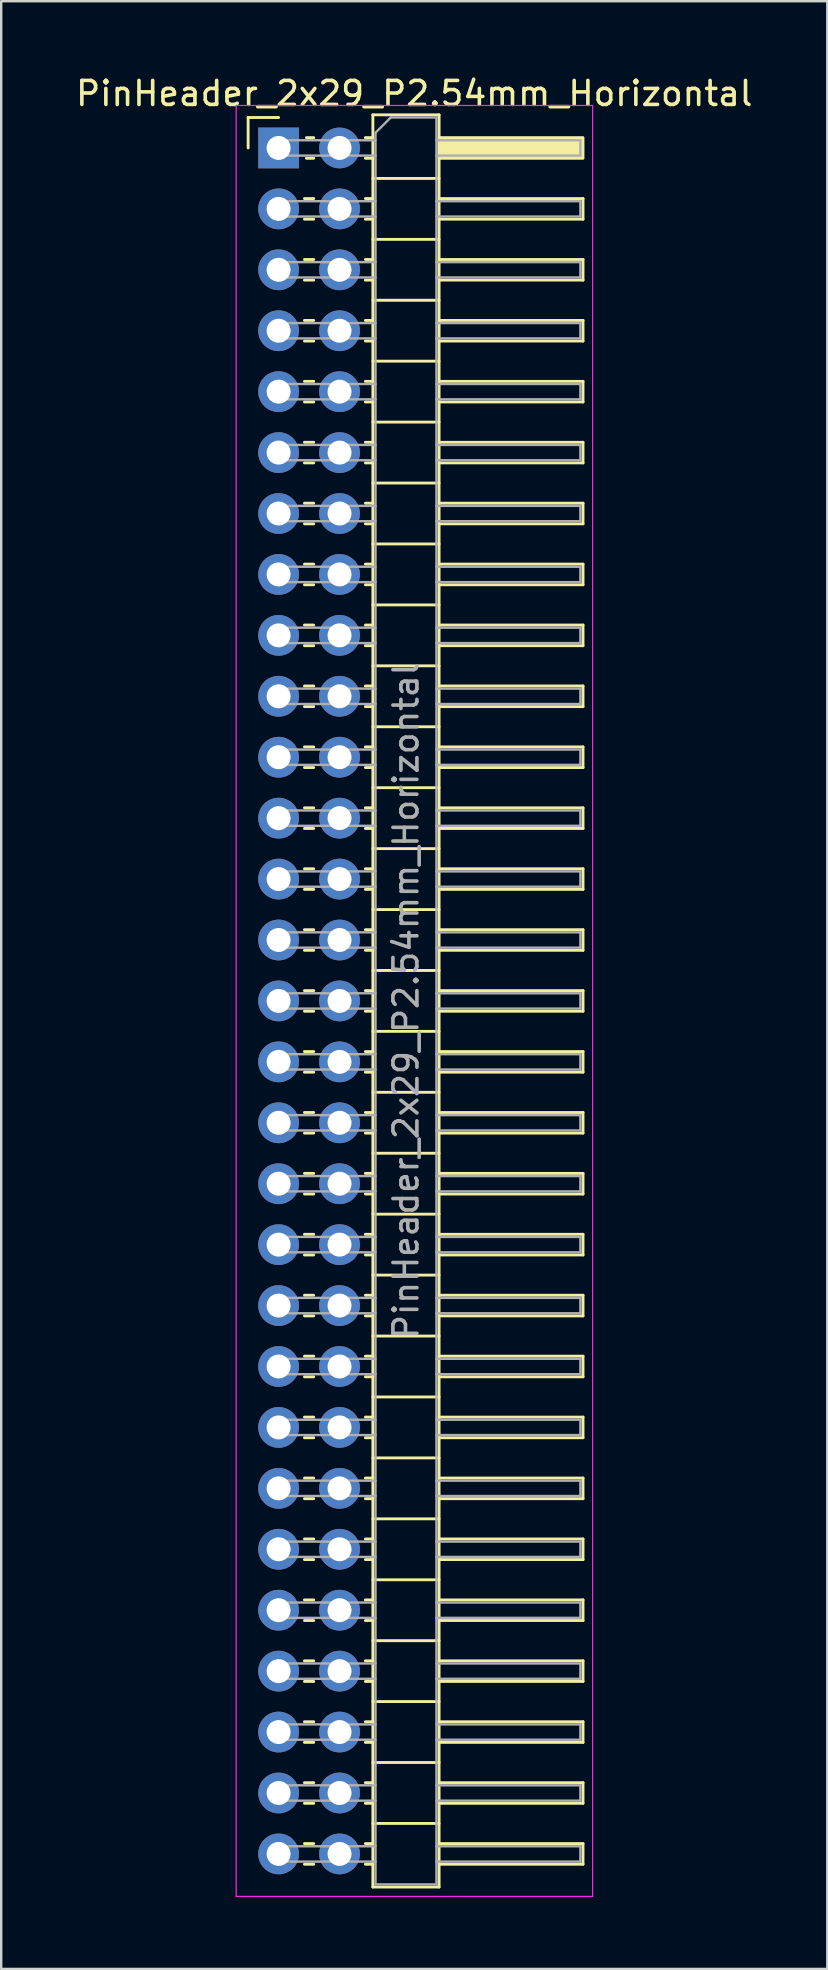
<source format=kicad_pcb>
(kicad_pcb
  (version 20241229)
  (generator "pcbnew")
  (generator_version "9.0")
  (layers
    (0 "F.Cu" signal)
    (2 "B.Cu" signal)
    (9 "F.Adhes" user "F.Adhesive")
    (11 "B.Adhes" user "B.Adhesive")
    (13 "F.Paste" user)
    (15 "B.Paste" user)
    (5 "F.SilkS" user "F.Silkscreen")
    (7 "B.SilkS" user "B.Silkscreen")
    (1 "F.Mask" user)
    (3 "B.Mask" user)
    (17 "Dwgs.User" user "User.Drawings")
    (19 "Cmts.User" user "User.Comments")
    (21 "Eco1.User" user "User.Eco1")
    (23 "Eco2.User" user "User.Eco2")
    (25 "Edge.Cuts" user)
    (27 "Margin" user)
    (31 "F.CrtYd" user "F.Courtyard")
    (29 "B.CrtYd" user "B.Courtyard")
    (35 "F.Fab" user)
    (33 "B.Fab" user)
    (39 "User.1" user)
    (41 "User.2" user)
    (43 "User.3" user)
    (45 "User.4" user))
  (footprint "PinHeader_2x29_P2.54mm_Horizontal"
    (layer "F.Cu")
    (at 8.565 3.118)
    (property "Reference" "PinHeader_2x29_P2.54mm_Horizontal" (at 5.655 -2.27 0) (layer "F.SilkS") (effects (font (size 1 1) (thickness 0.15))))
    (attr through_hole)
    (fp_line (start -1.27 -1.27) (end 0 -1.27) (stroke (width 0.12) (type solid)) (layer "F.SilkS"))
    (fp_line (start -1.27 0) (end -1.27 -1.27) (stroke (width 0.12) (type solid)) (layer "F.SilkS"))
    (fp_line (start 1.077 2.11) (end 1.463 2.11) (stroke (width 0.12) (type solid)) (layer "F.SilkS"))
    (fp_line (start 1.077 2.97) (end 1.463 2.97) (stroke (width 0.12) (type solid)) (layer "F.SilkS"))
    (fp_line (start 1.077 4.65) (end 1.463 4.65) (stroke (width 0.12) (type solid)) (layer "F.SilkS"))
    (fp_line (start 1.077 5.51) (end 1.463 5.51) (stroke (width 0.12) (type solid)) (layer "F.SilkS"))
    (fp_line (start 1.077 7.19) (end 1.463 7.19) (stroke (width 0.12) (type solid)) (layer "F.SilkS"))
    (fp_line (start 1.077 8.05) (end 1.463 8.05) (stroke (width 0.12) (type solid)) (layer "F.SilkS"))
    (fp_line (start 1.077 9.73) (end 1.463 9.73) (stroke (width 0.12) (type solid)) (layer "F.SilkS"))
    (fp_line (start 1.077 10.59) (end 1.463 10.59) (stroke (width 0.12) (type solid)) (layer "F.SilkS"))
    (fp_line (start 1.077 12.27) (end 1.463 12.27) (stroke (width 0.12) (type solid)) (layer "F.SilkS"))
    (fp_line (start 1.077 13.13) (end 1.463 13.13) (stroke (width 0.12) (type solid)) (layer "F.SilkS"))
    (fp_line (start 1.077 14.81) (end 1.463 14.81) (stroke (width 0.12) (type solid)) (layer "F.SilkS"))
    (fp_line (start 1.077 15.67) (end 1.463 15.67) (stroke (width 0.12) (type solid)) (layer "F.SilkS"))
    (fp_line (start 1.077 17.35) (end 1.463 17.35) (stroke (width 0.12) (type solid)) (layer "F.SilkS"))
    (fp_line (start 1.077 18.21) (end 1.463 18.21) (stroke (width 0.12) (type solid)) (layer "F.SilkS"))
    (fp_line (start 1.077 19.89) (end 1.463 19.89) (stroke (width 0.12) (type solid)) (layer "F.SilkS"))
    (fp_line (start 1.077 20.75) (end 1.463 20.75) (stroke (width 0.12) (type solid)) (layer "F.SilkS"))
    (fp_line (start 1.077 22.43) (end 1.463 22.43) (stroke (width 0.12) (type solid)) (layer "F.SilkS"))
    (fp_line (start 1.077 23.29) (end 1.463 23.29) (stroke (width 0.12) (type solid)) (layer "F.SilkS"))
    (fp_line (start 1.077 24.97) (end 1.463 24.97) (stroke (width 0.12) (type solid)) (layer "F.SilkS"))
    (fp_line (start 1.077 25.83) (end 1.463 25.83) (stroke (width 0.12) (type solid)) (layer "F.SilkS"))
    (fp_line (start 1.077 27.51) (end 1.463 27.51) (stroke (width 0.12) (type solid)) (layer "F.SilkS"))
    (fp_line (start 1.077 28.37) (end 1.463 28.37) (stroke (width 0.12) (type solid)) (layer "F.SilkS"))
    (fp_line (start 1.077 30.05) (end 1.463 30.05) (stroke (width 0.12) (type solid)) (layer "F.SilkS"))
    (fp_line (start 1.077 30.91) (end 1.463 30.91) (stroke (width 0.12) (type solid)) (layer "F.SilkS"))
    (fp_line (start 1.077 32.59) (end 1.463 32.59) (stroke (width 0.12) (type solid)) (layer "F.SilkS"))
    (fp_line (start 1.077 33.45) (end 1.463 33.45) (stroke (width 0.12) (type solid)) (layer "F.SilkS"))
    (fp_line (start 1.077 35.13) (end 1.463 35.13) (stroke (width 0.12) (type solid)) (layer "F.SilkS"))
    (fp_line (start 1.077 35.99) (end 1.463 35.99) (stroke (width 0.12) (type solid)) (layer "F.SilkS"))
    (fp_line (start 1.077 37.67) (end 1.463 37.67) (stroke (width 0.12) (type solid)) (layer "F.SilkS"))
    (fp_line (start 1.077 38.53) (end 1.463 38.53) (stroke (width 0.12) (type solid)) (layer "F.SilkS"))
    (fp_line (start 1.077 40.21) (end 1.463 40.21) (stroke (width 0.12) (type solid)) (layer "F.SilkS"))
    (fp_line (start 1.077 41.07) (end 1.463 41.07) (stroke (width 0.12) (type solid)) (layer "F.SilkS"))
    (fp_line (start 1.077 42.75) (end 1.463 42.75) (stroke (width 0.12) (type solid)) (layer "F.SilkS"))
    (fp_line (start 1.077 43.61) (end 1.463 43.61) (stroke (width 0.12) (type solid)) (layer "F.SilkS"))
    (fp_line (start 1.077 45.29) (end 1.463 45.29) (stroke (width 0.12) (type solid)) (layer "F.SilkS"))
    (fp_line (start 1.077 46.15) (end 1.463 46.15) (stroke (width 0.12) (type solid)) (layer "F.SilkS"))
    (fp_line (start 1.077 47.83) (end 1.463 47.83) (stroke (width 0.12) (type solid)) (layer "F.SilkS"))
    (fp_line (start 1.077 48.69) (end 1.463 48.69) (stroke (width 0.12) (type solid)) (layer "F.SilkS"))
    (fp_line (start 1.077 50.37) (end 1.463 50.37) (stroke (width 0.12) (type solid)) (layer "F.SilkS"))
    (fp_line (start 1.077 51.23) (end 1.463 51.23) (stroke (width 0.12) (type solid)) (layer "F.SilkS"))
    (fp_line (start 1.077 52.91) (end 1.463 52.91) (stroke (width 0.12) (type solid)) (layer "F.SilkS"))
    (fp_line (start 1.077 53.77) (end 1.463 53.77) (stroke (width 0.12) (type solid)) (layer "F.SilkS"))
    (fp_line (start 1.077 55.45) (end 1.463 55.45) (stroke (width 0.12) (type solid)) (layer "F.SilkS"))
    (fp_line (start 1.077 56.31) (end 1.463 56.31) (stroke (width 0.12) (type solid)) (layer "F.SilkS"))
    (fp_line (start 1.077 57.99) (end 1.463 57.99) (stroke (width 0.12) (type solid)) (layer "F.SilkS"))
    (fp_line (start 1.077 58.85) (end 1.463 58.85) (stroke (width 0.12) (type solid)) (layer "F.SilkS"))
    (fp_line (start 1.077 60.53) (end 1.463 60.53) (stroke (width 0.12) (type solid)) (layer "F.SilkS"))
    (fp_line (start 1.077 61.39) (end 1.463 61.39) (stroke (width 0.12) (type solid)) (layer "F.SilkS"))
    (fp_line (start 1.077 63.07) (end 1.463 63.07) (stroke (width 0.12) (type solid)) (layer "F.SilkS"))
    (fp_line (start 1.077 63.93) (end 1.463 63.93) (stroke (width 0.12) (type solid)) (layer "F.SilkS"))
    (fp_line (start 1.077 65.61) (end 1.463 65.61) (stroke (width 0.12) (type solid)) (layer "F.SilkS"))
    (fp_line (start 1.077 66.47) (end 1.463 66.47) (stroke (width 0.12) (type solid)) (layer "F.SilkS"))
    (fp_line (start 1.077 68.15) (end 1.463 68.15) (stroke (width 0.12) (type solid)) (layer "F.SilkS"))
    (fp_line (start 1.077 69.01) (end 1.463 69.01) (stroke (width 0.12) (type solid)) (layer "F.SilkS"))
    (fp_line (start 1.077 70.69) (end 1.463 70.69) (stroke (width 0.12) (type solid)) (layer "F.SilkS"))
    (fp_line (start 1.077 71.55) (end 1.463 71.55) (stroke (width 0.12) (type solid)) (layer "F.SilkS"))
    (fp_line (start 1.16 -0.43) (end 1.463 -0.43) (stroke (width 0.12) (type solid)) (layer "F.SilkS"))
    (fp_line (start 1.16 0.43) (end 1.463 0.43) (stroke (width 0.12) (type solid)) (layer "F.SilkS"))
    (fp_line (start 3.617 -0.43) (end 3.93 -0.43) (stroke (width 0.12) (type solid)) (layer "F.SilkS"))
    (fp_line (start 3.617 0.43) (end 3.93 0.43) (stroke (width 0.12) (type solid)) (layer "F.SilkS"))
    (fp_line (start 3.617 2.11) (end 3.93 2.11) (stroke (width 0.12) (type solid)) (layer "F.SilkS"))
    (fp_line (start 3.617 2.97) (end 3.93 2.97) (stroke (width 0.12) (type solid)) (layer "F.SilkS"))
    (fp_line (start 3.617 4.65) (end 3.93 4.65) (stroke (width 0.12) (type solid)) (layer "F.SilkS"))
    (fp_line (start 3.617 5.51) (end 3.93 5.51) (stroke (width 0.12) (type solid)) (layer "F.SilkS"))
    (fp_line (start 3.617 7.19) (end 3.93 7.19) (stroke (width 0.12) (type solid)) (layer "F.SilkS"))
    (fp_line (start 3.617 8.05) (end 3.93 8.05) (stroke (width 0.12) (type solid)) (layer "F.SilkS"))
    (fp_line (start 3.617 9.73) (end 3.93 9.73) (stroke (width 0.12) (type solid)) (layer "F.SilkS"))
    (fp_line (start 3.617 10.59) (end 3.93 10.59) (stroke (width 0.12) (type solid)) (layer "F.SilkS"))
    (fp_line (start 3.617 12.27) (end 3.93 12.27) (stroke (width 0.12) (type solid)) (layer "F.SilkS"))
    (fp_line (start 3.617 13.13) (end 3.93 13.13) (stroke (width 0.12) (type solid)) (layer "F.SilkS"))
    (fp_line (start 3.617 14.81) (end 3.93 14.81) (stroke (width 0.12) (type solid)) (layer "F.SilkS"))
    (fp_line (start 3.617 15.67) (end 3.93 15.67) (stroke (width 0.12) (type solid)) (layer "F.SilkS"))
    (fp_line (start 3.617 17.35) (end 3.93 17.35) (stroke (width 0.12) (type solid)) (layer "F.SilkS"))
    (fp_line (start 3.617 18.21) (end 3.93 18.21) (stroke (width 0.12) (type solid)) (layer "F.SilkS"))
    (fp_line (start 3.617 19.89) (end 3.93 19.89) (stroke (width 0.12) (type solid)) (layer "F.SilkS"))
    (fp_line (start 3.617 20.75) (end 3.93 20.75) (stroke (width 0.12) (type solid)) (layer "F.SilkS"))
    (fp_line (start 3.617 22.43) (end 3.93 22.43) (stroke (width 0.12) (type solid)) (layer "F.SilkS"))
    (fp_line (start 3.617 23.29) (end 3.93 23.29) (stroke (width 0.12) (type solid)) (layer "F.SilkS"))
    (fp_line (start 3.617 24.97) (end 3.93 24.97) (stroke (width 0.12) (type solid)) (layer "F.SilkS"))
    (fp_line (start 3.617 25.83) (end 3.93 25.83) (stroke (width 0.12) (type solid)) (layer "F.SilkS"))
    (fp_line (start 3.617 27.51) (end 3.93 27.51) (stroke (width 0.12) (type solid)) (layer "F.SilkS"))
    (fp_line (start 3.617 28.37) (end 3.93 28.37) (stroke (width 0.12) (type solid)) (layer "F.SilkS"))
    (fp_line (start 3.617 30.05) (end 3.93 30.05) (stroke (width 0.12) (type solid)) (layer "F.SilkS"))
    (fp_line (start 3.617 30.91) (end 3.93 30.91) (stroke (width 0.12) (type solid)) (layer "F.SilkS"))
    (fp_line (start 3.617 32.59) (end 3.93 32.59) (stroke (width 0.12) (type solid)) (layer "F.SilkS"))
    (fp_line (start 3.617 33.45) (end 3.93 33.45) (stroke (width 0.12) (type solid)) (layer "F.SilkS"))
    (fp_line (start 3.617 35.13) (end 3.93 35.13) (stroke (width 0.12) (type solid)) (layer "F.SilkS"))
    (fp_line (start 3.617 35.99) (end 3.93 35.99) (stroke (width 0.12) (type solid)) (layer "F.SilkS"))
    (fp_line (start 3.617 37.67) (end 3.93 37.67) (stroke (width 0.12) (type solid)) (layer "F.SilkS"))
    (fp_line (start 3.617 38.53) (end 3.93 38.53) (stroke (width 0.12) (type solid)) (layer "F.SilkS"))
    (fp_line (start 3.617 40.21) (end 3.93 40.21) (stroke (width 0.12) (type solid)) (layer "F.SilkS"))
    (fp_line (start 3.617 41.07) (end 3.93 41.07) (stroke (width 0.12) (type solid)) (layer "F.SilkS"))
    (fp_line (start 3.617 42.75) (end 3.93 42.75) (stroke (width 0.12) (type solid)) (layer "F.SilkS"))
    (fp_line (start 3.617 43.61) (end 3.93 43.61) (stroke (width 0.12) (type solid)) (layer "F.SilkS"))
    (fp_line (start 3.617 45.29) (end 3.93 45.29) (stroke (width 0.12) (type solid)) (layer "F.SilkS"))
    (fp_line (start 3.617 46.15) (end 3.93 46.15) (stroke (width 0.12) (type solid)) (layer "F.SilkS"))
    (fp_line (start 3.617 47.83) (end 3.93 47.83) (stroke (width 0.12) (type solid)) (layer "F.SilkS"))
    (fp_line (start 3.617 48.69) (end 3.93 48.69) (stroke (width 0.12) (type solid)) (layer "F.SilkS"))
    (fp_line (start 3.617 50.37) (end 3.93 50.37) (stroke (width 0.12) (type solid)) (layer "F.SilkS"))
    (fp_line (start 3.617 51.23) (end 3.93 51.23) (stroke (width 0.12) (type solid)) (layer "F.SilkS"))
    (fp_line (start 3.617 52.91) (end 3.93 52.91) (stroke (width 0.12) (type solid)) (layer "F.SilkS"))
    (fp_line (start 3.617 53.77) (end 3.93 53.77) (stroke (width 0.12) (type solid)) (layer "F.SilkS"))
    (fp_line (start 3.617 55.45) (end 3.93 55.45) (stroke (width 0.12) (type solid)) (layer "F.SilkS"))
    (fp_line (start 3.617 56.31) (end 3.93 56.31) (stroke (width 0.12) (type solid)) (layer "F.SilkS"))
    (fp_line (start 3.617 57.99) (end 3.93 57.99) (stroke (width 0.12) (type solid)) (layer "F.SilkS"))
    (fp_line (start 3.617 58.85) (end 3.93 58.85) (stroke (width 0.12) (type solid)) (layer "F.SilkS"))
    (fp_line (start 3.617 60.53) (end 3.93 60.53) (stroke (width 0.12) (type solid)) (layer "F.SilkS"))
    (fp_line (start 3.617 61.39) (end 3.93 61.39) (stroke (width 0.12) (type solid)) (layer "F.SilkS"))
    (fp_line (start 3.617 63.07) (end 3.93 63.07) (stroke (width 0.12) (type solid)) (layer "F.SilkS"))
    (fp_line (start 3.617 63.93) (end 3.93 63.93) (stroke (width 0.12) (type solid)) (layer "F.SilkS"))
    (fp_line (start 3.617 65.61) (end 3.93 65.61) (stroke (width 0.12) (type solid)) (layer "F.SilkS"))
    (fp_line (start 3.617 66.47) (end 3.93 66.47) (stroke (width 0.12) (type solid)) (layer "F.SilkS"))
    (fp_line (start 3.617 68.15) (end 3.93 68.15) (stroke (width 0.12) (type solid)) (layer "F.SilkS"))
    (fp_line (start 3.617 69.01) (end 3.93 69.01) (stroke (width 0.12) (type solid)) (layer "F.SilkS"))
    (fp_line (start 3.617 70.69) (end 3.93 70.69) (stroke (width 0.12) (type solid)) (layer "F.SilkS"))
    (fp_line (start 3.617 71.55) (end 3.93 71.55) (stroke (width 0.12) (type solid)) (layer "F.SilkS"))
    (fp_line (start 3.93 -1.38) (end 3.93 72.5) (stroke (width 0.12) (type solid)) (layer "F.SilkS"))
    (fp_line (start 3.93 1.27) (end 6.69 1.27) (stroke (width 0.12) (type solid)) (layer "F.SilkS"))
    (fp_line (start 3.93 3.81) (end 6.69 3.81) (stroke (width 0.12) (type solid)) (layer "F.SilkS"))
    (fp_line (start 3.93 6.35) (end 6.69 6.35) (stroke (width 0.12) (type solid)) (layer "F.SilkS"))
    (fp_line (start 3.93 8.89) (end 6.69 8.89) (stroke (width 0.12) (type solid)) (layer "F.SilkS"))
    (fp_line (start 3.93 11.43) (end 6.69 11.43) (stroke (width 0.12) (type solid)) (layer "F.SilkS"))
    (fp_line (start 3.93 13.97) (end 6.69 13.97) (stroke (width 0.12) (type solid)) (layer "F.SilkS"))
    (fp_line (start 3.93 16.51) (end 6.69 16.51) (stroke (width 0.12) (type solid)) (layer "F.SilkS"))
    (fp_line (start 3.93 19.05) (end 6.69 19.05) (stroke (width 0.12) (type solid)) (layer "F.SilkS"))
    (fp_line (start 3.93 21.59) (end 6.69 21.59) (stroke (width 0.12) (type solid)) (layer "F.SilkS"))
    (fp_line (start 3.93 24.13) (end 6.69 24.13) (stroke (width 0.12) (type solid)) (layer "F.SilkS"))
    (fp_line (start 3.93 26.67) (end 6.69 26.67) (stroke (width 0.12) (type solid)) (layer "F.SilkS"))
    (fp_line (start 3.93 29.21) (end 6.69 29.21) (stroke (width 0.12) (type solid)) (layer "F.SilkS"))
    (fp_line (start 3.93 31.75) (end 6.69 31.75) (stroke (width 0.12) (type solid)) (layer "F.SilkS"))
    (fp_line (start 3.93 34.29) (end 6.69 34.29) (stroke (width 0.12) (type solid)) (layer "F.SilkS"))
    (fp_line (start 3.93 36.83) (end 6.69 36.83) (stroke (width 0.12) (type solid)) (layer "F.SilkS"))
    (fp_line (start 3.93 39.37) (end 6.69 39.37) (stroke (width 0.12) (type solid)) (layer "F.SilkS"))
    (fp_line (start 3.93 41.91) (end 6.69 41.91) (stroke (width 0.12) (type solid)) (layer "F.SilkS"))
    (fp_line (start 3.93 44.45) (end 6.69 44.45) (stroke (width 0.12) (type solid)) (layer "F.SilkS"))
    (fp_line (start 3.93 46.99) (end 6.69 46.99) (stroke (width 0.12) (type solid)) (layer "F.SilkS"))
    (fp_line (start 3.93 49.53) (end 6.69 49.53) (stroke (width 0.12) (type solid)) (layer "F.SilkS"))
    (fp_line (start 3.93 52.07) (end 6.69 52.07) (stroke (width 0.12) (type solid)) (layer "F.SilkS"))
    (fp_line (start 3.93 54.61) (end 6.69 54.61) (stroke (width 0.12) (type solid)) (layer "F.SilkS"))
    (fp_line (start 3.93 57.15) (end 6.69 57.15) (stroke (width 0.12) (type solid)) (layer "F.SilkS"))
    (fp_line (start 3.93 59.69) (end 6.69 59.69) (stroke (width 0.12) (type solid)) (layer "F.SilkS"))
    (fp_line (start 3.93 62.23) (end 6.69 62.23) (stroke (width 0.12) (type solid)) (layer "F.SilkS"))
    (fp_line (start 3.93 64.77) (end 6.69 64.77) (stroke (width 0.12) (type solid)) (layer "F.SilkS"))
    (fp_line (start 3.93 67.31) (end 6.69 67.31) (stroke (width 0.12) (type solid)) (layer "F.SilkS"))
    (fp_line (start 3.93 69.85) (end 6.69 69.85) (stroke (width 0.12) (type solid)) (layer "F.SilkS"))
    (fp_line (start 3.93 72.5) (end 6.69 72.5) (stroke (width 0.12) (type solid)) (layer "F.SilkS"))
    (fp_line (start 6.69 -1.38) (end 3.93 -1.38) (stroke (width 0.12) (type solid)) (layer "F.SilkS"))
    (fp_line (start 6.69 2.11) (end 12.69 2.11) (stroke (width 0.12) (type solid)) (layer "F.SilkS"))
    (fp_line (start 6.69 4.65) (end 12.69 4.65) (stroke (width 0.12) (type solid)) (layer "F.SilkS"))
    (fp_line (start 6.69 7.19) (end 12.69 7.19) (stroke (width 0.12) (type solid)) (layer "F.SilkS"))
    (fp_line (start 6.69 9.73) (end 12.69 9.73) (stroke (width 0.12) (type solid)) (layer "F.SilkS"))
    (fp_line (start 6.69 12.27) (end 12.69 12.27) (stroke (width 0.12) (type solid)) (layer "F.SilkS"))
    (fp_line (start 6.69 14.81) (end 12.69 14.81) (stroke (width 0.12) (type solid)) (layer "F.SilkS"))
    (fp_line (start 6.69 17.35) (end 12.69 17.35) (stroke (width 0.12) (type solid)) (layer "F.SilkS"))
    (fp_line (start 6.69 19.89) (end 12.69 19.89) (stroke (width 0.12) (type solid)) (layer "F.SilkS"))
    (fp_line (start 6.69 22.43) (end 12.69 22.43) (stroke (width 0.12) (type solid)) (layer "F.SilkS"))
    (fp_line (start 6.69 24.97) (end 12.69 24.97) (stroke (width 0.12) (type solid)) (layer "F.SilkS"))
    (fp_line (start 6.69 27.51) (end 12.69 27.51) (stroke (width 0.12) (type solid)) (layer "F.SilkS"))
    (fp_line (start 6.69 30.05) (end 12.69 30.05) (stroke (width 0.12) (type solid)) (layer "F.SilkS"))
    (fp_line (start 6.69 32.59) (end 12.69 32.59) (stroke (width 0.12) (type solid)) (layer "F.SilkS"))
    (fp_line (start 6.69 35.13) (end 12.69 35.13) (stroke (width 0.12) (type solid)) (layer "F.SilkS"))
    (fp_line (start 6.69 37.67) (end 12.69 37.67) (stroke (width 0.12) (type solid)) (layer "F.SilkS"))
    (fp_line (start 6.69 40.21) (end 12.69 40.21) (stroke (width 0.12) (type solid)) (layer "F.SilkS"))
    (fp_line (start 6.69 42.75) (end 12.69 42.75) (stroke (width 0.12) (type solid)) (layer "F.SilkS"))
    (fp_line (start 6.69 45.29) (end 12.69 45.29) (stroke (width 0.12) (type solid)) (layer "F.SilkS"))
    (fp_line (start 6.69 47.83) (end 12.69 47.83) (stroke (width 0.12) (type solid)) (layer "F.SilkS"))
    (fp_line (start 6.69 50.37) (end 12.69 50.37) (stroke (width 0.12) (type solid)) (layer "F.SilkS"))
    (fp_line (start 6.69 52.91) (end 12.69 52.91) (stroke (width 0.12) (type solid)) (layer "F.SilkS"))
    (fp_line (start 6.69 55.45) (end 12.69 55.45) (stroke (width 0.12) (type solid)) (layer "F.SilkS"))
    (fp_line (start 6.69 57.99) (end 12.69 57.99) (stroke (width 0.12) (type solid)) (layer "F.SilkS"))
    (fp_line (start 6.69 60.53) (end 12.69 60.53) (stroke (width 0.12) (type solid)) (layer "F.SilkS"))
    (fp_line (start 6.69 63.07) (end 12.69 63.07) (stroke (width 0.12) (type solid)) (layer "F.SilkS"))
    (fp_line (start 6.69 65.61) (end 12.69 65.61) (stroke (width 0.12) (type solid)) (layer "F.SilkS"))
    (fp_line (start 6.69 68.15) (end 12.69 68.15) (stroke (width 0.12) (type solid)) (layer "F.SilkS"))
    (fp_line (start 6.69 70.69) (end 12.69 70.69) (stroke (width 0.12) (type solid)) (layer "F.SilkS"))
    (fp_line (start 6.69 72.5) (end 6.69 -1.38) (stroke (width 0.12) (type solid)) (layer "F.SilkS"))
    (fp_line (start 12.69 2.11) (end 12.69 2.97) (stroke (width 0.12) (type solid)) (layer "F.SilkS"))
    (fp_line (start 12.69 2.97) (end 6.69 2.97) (stroke (width 0.12) (type solid)) (layer "F.SilkS"))
    (fp_line (start 12.69 4.65) (end 12.69 5.51) (stroke (width 0.12) (type solid)) (layer "F.SilkS"))
    (fp_line (start 12.69 5.51) (end 6.69 5.51) (stroke (width 0.12) (type solid)) (layer "F.SilkS"))
    (fp_line (start 12.69 7.19) (end 12.69 8.05) (stroke (width 0.12) (type solid)) (layer "F.SilkS"))
    (fp_line (start 12.69 8.05) (end 6.69 8.05) (stroke (width 0.12) (type solid)) (layer "F.SilkS"))
    (fp_line (start 12.69 9.73) (end 12.69 10.59) (stroke (width 0.12) (type solid)) (layer "F.SilkS"))
    (fp_line (start 12.69 10.59) (end 6.69 10.59) (stroke (width 0.12) (type solid)) (layer "F.SilkS"))
    (fp_line (start 12.69 12.27) (end 12.69 13.13) (stroke (width 0.12) (type solid)) (layer "F.SilkS"))
    (fp_line (start 12.69 13.13) (end 6.69 13.13) (stroke (width 0.12) (type solid)) (layer "F.SilkS"))
    (fp_line (start 12.69 14.81) (end 12.69 15.67) (stroke (width 0.12) (type solid)) (layer "F.SilkS"))
    (fp_line (start 12.69 15.67) (end 6.69 15.67) (stroke (width 0.12) (type solid)) (layer "F.SilkS"))
    (fp_line (start 12.69 17.35) (end 12.69 18.21) (stroke (width 0.12) (type solid)) (layer "F.SilkS"))
    (fp_line (start 12.69 18.21) (end 6.69 18.21) (stroke (width 0.12) (type solid)) (layer "F.SilkS"))
    (fp_line (start 12.69 19.89) (end 12.69 20.75) (stroke (width 0.12) (type solid)) (layer "F.SilkS"))
    (fp_line (start 12.69 20.75) (end 6.69 20.75) (stroke (width 0.12) (type solid)) (layer "F.SilkS"))
    (fp_line (start 12.69 22.43) (end 12.69 23.29) (stroke (width 0.12) (type solid)) (layer "F.SilkS"))
    (fp_line (start 12.69 23.29) (end 6.69 23.29) (stroke (width 0.12) (type solid)) (layer "F.SilkS"))
    (fp_line (start 12.69 24.97) (end 12.69 25.83) (stroke (width 0.12) (type solid)) (layer "F.SilkS"))
    (fp_line (start 12.69 25.83) (end 6.69 25.83) (stroke (width 0.12) (type solid)) (layer "F.SilkS"))
    (fp_line (start 12.69 27.51) (end 12.69 28.37) (stroke (width 0.12) (type solid)) (layer "F.SilkS"))
    (fp_line (start 12.69 28.37) (end 6.69 28.37) (stroke (width 0.12) (type solid)) (layer "F.SilkS"))
    (fp_line (start 12.69 30.05) (end 12.69 30.91) (stroke (width 0.12) (type solid)) (layer "F.SilkS"))
    (fp_line (start 12.69 30.91) (end 6.69 30.91) (stroke (width 0.12) (type solid)) (layer "F.SilkS"))
    (fp_line (start 12.69 32.59) (end 12.69 33.45) (stroke (width 0.12) (type solid)) (layer "F.SilkS"))
    (fp_line (start 12.69 33.45) (end 6.69 33.45) (stroke (width 0.12) (type solid)) (layer "F.SilkS"))
    (fp_line (start 12.69 35.13) (end 12.69 35.99) (stroke (width 0.12) (type solid)) (layer "F.SilkS"))
    (fp_line (start 12.69 35.99) (end 6.69 35.99) (stroke (width 0.12) (type solid)) (layer "F.SilkS"))
    (fp_line (start 12.69 37.67) (end 12.69 38.53) (stroke (width 0.12) (type solid)) (layer "F.SilkS"))
    (fp_line (start 12.69 38.53) (end 6.69 38.53) (stroke (width 0.12) (type solid)) (layer "F.SilkS"))
    (fp_line (start 12.69 40.21) (end 12.69 41.07) (stroke (width 0.12) (type solid)) (layer "F.SilkS"))
    (fp_line (start 12.69 41.07) (end 6.69 41.07) (stroke (width 0.12) (type solid)) (layer "F.SilkS"))
    (fp_line (start 12.69 42.75) (end 12.69 43.61) (stroke (width 0.12) (type solid)) (layer "F.SilkS"))
    (fp_line (start 12.69 43.61) (end 6.69 43.61) (stroke (width 0.12) (type solid)) (layer "F.SilkS"))
    (fp_line (start 12.69 45.29) (end 12.69 46.15) (stroke (width 0.12) (type solid)) (layer "F.SilkS"))
    (fp_line (start 12.69 46.15) (end 6.69 46.15) (stroke (width 0.12) (type solid)) (layer "F.SilkS"))
    (fp_line (start 12.69 47.83) (end 12.69 48.69) (stroke (width 0.12) (type solid)) (layer "F.SilkS"))
    (fp_line (start 12.69 48.69) (end 6.69 48.69) (stroke (width 0.12) (type solid)) (layer "F.SilkS"))
    (fp_line (start 12.69 50.37) (end 12.69 51.23) (stroke (width 0.12) (type solid)) (layer "F.SilkS"))
    (fp_line (start 12.69 51.23) (end 6.69 51.23) (stroke (width 0.12) (type solid)) (layer "F.SilkS"))
    (fp_line (start 12.69 52.91) (end 12.69 53.77) (stroke (width 0.12) (type solid)) (layer "F.SilkS"))
    (fp_line (start 12.69 53.77) (end 6.69 53.77) (stroke (width 0.12) (type solid)) (layer "F.SilkS"))
    (fp_line (start 12.69 55.45) (end 12.69 56.31) (stroke (width 0.12) (type solid)) (layer "F.SilkS"))
    (fp_line (start 12.69 56.31) (end 6.69 56.31) (stroke (width 0.12) (type solid)) (layer "F.SilkS"))
    (fp_line (start 12.69 57.99) (end 12.69 58.85) (stroke (width 0.12) (type solid)) (layer "F.SilkS"))
    (fp_line (start 12.69 58.85) (end 6.69 58.85) (stroke (width 0.12) (type solid)) (layer "F.SilkS"))
    (fp_line (start 12.69 60.53) (end 12.69 61.39) (stroke (width 0.12) (type solid)) (layer "F.SilkS"))
    (fp_line (start 12.69 61.39) (end 6.69 61.39) (stroke (width 0.12) (type solid)) (layer "F.SilkS"))
    (fp_line (start 12.69 63.07) (end 12.69 63.93) (stroke (width 0.12) (type solid)) (layer "F.SilkS"))
    (fp_line (start 12.69 63.93) (end 6.69 63.93) (stroke (width 0.12) (type solid)) (layer "F.SilkS"))
    (fp_line (start 12.69 65.61) (end 12.69 66.47) (stroke (width 0.12) (type solid)) (layer "F.SilkS"))
    (fp_line (start 12.69 66.47) (end 6.69 66.47) (stroke (width 0.12) (type solid)) (layer "F.SilkS"))
    (fp_line (start 12.69 68.15) (end 12.69 69.01) (stroke (width 0.12) (type solid)) (layer "F.SilkS"))
    (fp_line (start 12.69 69.01) (end 6.69 69.01) (stroke (width 0.12) (type solid)) (layer "F.SilkS"))
    (fp_line (start 12.69 70.69) (end 12.69 71.55) (stroke (width 0.12) (type solid)) (layer "F.SilkS"))
    (fp_line (start 12.69 71.55) (end 6.69 71.55) (stroke (width 0.12) (type solid)) (layer "F.SilkS"))
    (fp_rect (start 6.69 -0.43) (end 12.69 0.43) (stroke (width 0.12) (type solid)) (fill yes) (layer "F.SilkS"))
    (fp_line (start -1.77 -1.77) (end -1.77 72.89) (stroke (width 0.05) (type solid)) (layer "F.CrtYd"))
    (fp_line (start -1.77 72.89) (end 13.09 72.89) (stroke (width 0.05) (type solid)) (layer "F.CrtYd"))
    (fp_line (start 13.09 -1.77) (end -1.77 -1.77) (stroke (width 0.05) (type solid)) (layer "F.CrtYd"))
    (fp_line (start 13.09 72.89) (end 13.09 -1.77) (stroke (width 0.05) (type solid)) (layer "F.CrtYd"))
    (fp_line (start -0.32 -0.32) (end -0.32 0.32) (stroke (width 0.1) (type solid)) (layer "F.Fab"))
    (fp_line (start -0.32 -0.32) (end 4.04 -0.32) (stroke (width 0.1) (type solid)) (layer "F.Fab"))
    (fp_line (start -0.32 0.32) (end 4.04 0.32) (stroke (width 0.1) (type solid)) (layer "F.Fab"))
    (fp_line (start -0.32 2.22) (end -0.32 2.86) (stroke (width 0.1) (type solid)) (layer "F.Fab"))
    (fp_line (start -0.32 2.22) (end 4.04 2.22) (stroke (width 0.1) (type solid)) (layer "F.Fab"))
    (fp_line (start -0.32 2.86) (end 4.04 2.86) (stroke (width 0.1) (type solid)) (layer "F.Fab"))
    (fp_line (start -0.32 4.76) (end -0.32 5.4) (stroke (width 0.1) (type solid)) (layer "F.Fab"))
    (fp_line (start -0.32 4.76) (end 4.04 4.76) (stroke (width 0.1) (type solid)) (layer "F.Fab"))
    (fp_line (start -0.32 5.4) (end 4.04 5.4) (stroke (width 0.1) (type solid)) (layer "F.Fab"))
    (fp_line (start -0.32 7.3) (end -0.32 7.94) (stroke (width 0.1) (type solid)) (layer "F.Fab"))
    (fp_line (start -0.32 7.3) (end 4.04 7.3) (stroke (width 0.1) (type solid)) (layer "F.Fab"))
    (fp_line (start -0.32 7.94) (end 4.04 7.94) (stroke (width 0.1) (type solid)) (layer "F.Fab"))
    (fp_line (start -0.32 9.84) (end -0.32 10.48) (stroke (width 0.1) (type solid)) (layer "F.Fab"))
    (fp_line (start -0.32 9.84) (end 4.04 9.84) (stroke (width 0.1) (type solid)) (layer "F.Fab"))
    (fp_line (start -0.32 10.48) (end 4.04 10.48) (stroke (width 0.1) (type solid)) (layer "F.Fab"))
    (fp_line (start -0.32 12.38) (end -0.32 13.02) (stroke (width 0.1) (type solid)) (layer "F.Fab"))
    (fp_line (start -0.32 12.38) (end 4.04 12.38) (stroke (width 0.1) (type solid)) (layer "F.Fab"))
    (fp_line (start -0.32 13.02) (end 4.04 13.02) (stroke (width 0.1) (type solid)) (layer "F.Fab"))
    (fp_line (start -0.32 14.92) (end -0.32 15.56) (stroke (width 0.1) (type solid)) (layer "F.Fab"))
    (fp_line (start -0.32 14.92) (end 4.04 14.92) (stroke (width 0.1) (type solid)) (layer "F.Fab"))
    (fp_line (start -0.32 15.56) (end 4.04 15.56) (stroke (width 0.1) (type solid)) (layer "F.Fab"))
    (fp_line (start -0.32 17.46) (end -0.32 18.1) (stroke (width 0.1) (type solid)) (layer "F.Fab"))
    (fp_line (start -0.32 17.46) (end 4.04 17.46) (stroke (width 0.1) (type solid)) (layer "F.Fab"))
    (fp_line (start -0.32 18.1) (end 4.04 18.1) (stroke (width 0.1) (type solid)) (layer "F.Fab"))
    (fp_line (start -0.32 20) (end -0.32 20.64) (stroke (width 0.1) (type solid)) (layer "F.Fab"))
    (fp_line (start -0.32 20) (end 4.04 20) (stroke (width 0.1) (type solid)) (layer "F.Fab"))
    (fp_line (start -0.32 20.64) (end 4.04 20.64) (stroke (width 0.1) (type solid)) (layer "F.Fab"))
    (fp_line (start -0.32 22.54) (end -0.32 23.18) (stroke (width 0.1) (type solid)) (layer "F.Fab"))
    (fp_line (start -0.32 22.54) (end 4.04 22.54) (stroke (width 0.1) (type solid)) (layer "F.Fab"))
    (fp_line (start -0.32 23.18) (end 4.04 23.18) (stroke (width 0.1) (type solid)) (layer "F.Fab"))
    (fp_line (start -0.32 25.08) (end -0.32 25.72) (stroke (width 0.1) (type solid)) (layer "F.Fab"))
    (fp_line (start -0.32 25.08) (end 4.04 25.08) (stroke (width 0.1) (type solid)) (layer "F.Fab"))
    (fp_line (start -0.32 25.72) (end 4.04 25.72) (stroke (width 0.1) (type solid)) (layer "F.Fab"))
    (fp_line (start -0.32 27.62) (end -0.32 28.26) (stroke (width 0.1) (type solid)) (layer "F.Fab"))
    (fp_line (start -0.32 27.62) (end 4.04 27.62) (stroke (width 0.1) (type solid)) (layer "F.Fab"))
    (fp_line (start -0.32 28.26) (end 4.04 28.26) (stroke (width 0.1) (type solid)) (layer "F.Fab"))
    (fp_line (start -0.32 30.16) (end -0.32 30.8) (stroke (width 0.1) (type solid)) (layer "F.Fab"))
    (fp_line (start -0.32 30.16) (end 4.04 30.16) (stroke (width 0.1) (type solid)) (layer "F.Fab"))
    (fp_line (start -0.32 30.8) (end 4.04 30.8) (stroke (width 0.1) (type solid)) (layer "F.Fab"))
    (fp_line (start -0.32 32.7) (end -0.32 33.34) (stroke (width 0.1) (type solid)) (layer "F.Fab"))
    (fp_line (start -0.32 32.7) (end 4.04 32.7) (stroke (width 0.1) (type solid)) (layer "F.Fab"))
    (fp_line (start -0.32 33.34) (end 4.04 33.34) (stroke (width 0.1) (type solid)) (layer "F.Fab"))
    (fp_line (start -0.32 35.24) (end -0.32 35.88) (stroke (width 0.1) (type solid)) (layer "F.Fab"))
    (fp_line (start -0.32 35.24) (end 4.04 35.24) (stroke (width 0.1) (type solid)) (layer "F.Fab"))
    (fp_line (start -0.32 35.88) (end 4.04 35.88) (stroke (width 0.1) (type solid)) (layer "F.Fab"))
    (fp_line (start -0.32 37.78) (end -0.32 38.42) (stroke (width 0.1) (type solid)) (layer "F.Fab"))
    (fp_line (start -0.32 37.78) (end 4.04 37.78) (stroke (width 0.1) (type solid)) (layer "F.Fab"))
    (fp_line (start -0.32 38.42) (end 4.04 38.42) (stroke (width 0.1) (type solid)) (layer "F.Fab"))
    (fp_line (start -0.32 40.32) (end -0.32 40.96) (stroke (width 0.1) (type solid)) (layer "F.Fab"))
    (fp_line (start -0.32 40.32) (end 4.04 40.32) (stroke (width 0.1) (type solid)) (layer "F.Fab"))
    (fp_line (start -0.32 40.96) (end 4.04 40.96) (stroke (width 0.1) (type solid)) (layer "F.Fab"))
    (fp_line (start -0.32 42.86) (end -0.32 43.5) (stroke (width 0.1) (type solid)) (layer "F.Fab"))
    (fp_line (start -0.32 42.86) (end 4.04 42.86) (stroke (width 0.1) (type solid)) (layer "F.Fab"))
    (fp_line (start -0.32 43.5) (end 4.04 43.5) (stroke (width 0.1) (type solid)) (layer "F.Fab"))
    (fp_line (start -0.32 45.4) (end -0.32 46.04) (stroke (width 0.1) (type solid)) (layer "F.Fab"))
    (fp_line (start -0.32 45.4) (end 4.04 45.4) (stroke (width 0.1) (type solid)) (layer "F.Fab"))
    (fp_line (start -0.32 46.04) (end 4.04 46.04) (stroke (width 0.1) (type solid)) (layer "F.Fab"))
    (fp_line (start -0.32 47.94) (end -0.32 48.58) (stroke (width 0.1) (type solid)) (layer "F.Fab"))
    (fp_line (start -0.32 47.94) (end 4.04 47.94) (stroke (width 0.1) (type solid)) (layer "F.Fab"))
    (fp_line (start -0.32 48.58) (end 4.04 48.58) (stroke (width 0.1) (type solid)) (layer "F.Fab"))
    (fp_line (start -0.32 50.48) (end -0.32 51.12) (stroke (width 0.1) (type solid)) (layer "F.Fab"))
    (fp_line (start -0.32 50.48) (end 4.04 50.48) (stroke (width 0.1) (type solid)) (layer "F.Fab"))
    (fp_line (start -0.32 51.12) (end 4.04 51.12) (stroke (width 0.1) (type solid)) (layer "F.Fab"))
    (fp_line (start -0.32 53.02) (end -0.32 53.66) (stroke (width 0.1) (type solid)) (layer "F.Fab"))
    (fp_line (start -0.32 53.02) (end 4.04 53.02) (stroke (width 0.1) (type solid)) (layer "F.Fab"))
    (fp_line (start -0.32 53.66) (end 4.04 53.66) (stroke (width 0.1) (type solid)) (layer "F.Fab"))
    (fp_line (start -0.32 55.56) (end -0.32 56.2) (stroke (width 0.1) (type solid)) (layer "F.Fab"))
    (fp_line (start -0.32 55.56) (end 4.04 55.56) (stroke (width 0.1) (type solid)) (layer "F.Fab"))
    (fp_line (start -0.32 56.2) (end 4.04 56.2) (stroke (width 0.1) (type solid)) (layer "F.Fab"))
    (fp_line (start -0.32 58.1) (end -0.32 58.74) (stroke (width 0.1) (type solid)) (layer "F.Fab"))
    (fp_line (start -0.32 58.1) (end 4.04 58.1) (stroke (width 0.1) (type solid)) (layer "F.Fab"))
    (fp_line (start -0.32 58.74) (end 4.04 58.74) (stroke (width 0.1) (type solid)) (layer "F.Fab"))
    (fp_line (start -0.32 60.64) (end -0.32 61.28) (stroke (width 0.1) (type solid)) (layer "F.Fab"))
    (fp_line (start -0.32 60.64) (end 4.04 60.64) (stroke (width 0.1) (type solid)) (layer "F.Fab"))
    (fp_line (start -0.32 61.28) (end 4.04 61.28) (stroke (width 0.1) (type solid)) (layer "F.Fab"))
    (fp_line (start -0.32 63.18) (end -0.32 63.82) (stroke (width 0.1) (type solid)) (layer "F.Fab"))
    (fp_line (start -0.32 63.18) (end 4.04 63.18) (stroke (width 0.1) (type solid)) (layer "F.Fab"))
    (fp_line (start -0.32 63.82) (end 4.04 63.82) (stroke (width 0.1) (type solid)) (layer "F.Fab"))
    (fp_line (start -0.32 65.72) (end -0.32 66.36) (stroke (width 0.1) (type solid)) (layer "F.Fab"))
    (fp_line (start -0.32 65.72) (end 4.04 65.72) (stroke (width 0.1) (type solid)) (layer "F.Fab"))
    (fp_line (start -0.32 66.36) (end 4.04 66.36) (stroke (width 0.1) (type solid)) (layer "F.Fab"))
    (fp_line (start -0.32 68.26) (end -0.32 68.9) (stroke (width 0.1) (type solid)) (layer "F.Fab"))
    (fp_line (start -0.32 68.26) (end 4.04 68.26) (stroke (width 0.1) (type solid)) (layer "F.Fab"))
    (fp_line (start -0.32 68.9) (end 4.04 68.9) (stroke (width 0.1) (type solid)) (layer "F.Fab"))
    (fp_line (start -0.32 70.8) (end -0.32 71.44) (stroke (width 0.1) (type solid)) (layer "F.Fab"))
    (fp_line (start -0.32 70.8) (end 4.04 70.8) (stroke (width 0.1) (type solid)) (layer "F.Fab"))
    (fp_line (start -0.32 71.44) (end 4.04 71.44) (stroke (width 0.1) (type solid)) (layer "F.Fab"))
    (fp_line (start 4.04 -0.635) (end 4.675 -1.27) (stroke (width 0.1) (type solid)) (layer "F.Fab"))
    (fp_line (start 4.04 72.39) (end 4.04 -0.635) (stroke (width 0.1) (type solid)) (layer "F.Fab"))
    (fp_line (start 4.675 -1.27) (end 6.58 -1.27) (stroke (width 0.1) (type solid)) (layer "F.Fab"))
    (fp_line (start 6.58 -1.27) (end 6.58 72.39) (stroke (width 0.1) (type solid)) (layer "F.Fab"))
    (fp_line (start 6.58 -0.32) (end 12.58 -0.32) (stroke (width 0.1) (type solid)) (layer "F.Fab"))
    (fp_line (start 6.58 0.32) (end 12.58 0.32) (stroke (width 0.1) (type solid)) (layer "F.Fab"))
    (fp_line (start 6.58 2.22) (end 12.58 2.22) (stroke (width 0.1) (type solid)) (layer "F.Fab"))
    (fp_line (start 6.58 2.86) (end 12.58 2.86) (stroke (width 0.1) (type solid)) (layer "F.Fab"))
    (fp_line (start 6.58 4.76) (end 12.58 4.76) (stroke (width 0.1) (type solid)) (layer "F.Fab"))
    (fp_line (start 6.58 5.4) (end 12.58 5.4) (stroke (width 0.1) (type solid)) (layer "F.Fab"))
    (fp_line (start 6.58 7.3) (end 12.58 7.3) (stroke (width 0.1) (type solid)) (layer "F.Fab"))
    (fp_line (start 6.58 7.94) (end 12.58 7.94) (stroke (width 0.1) (type solid)) (layer "F.Fab"))
    (fp_line (start 6.58 9.84) (end 12.58 9.84) (stroke (width 0.1) (type solid)) (layer "F.Fab"))
    (fp_line (start 6.58 10.48) (end 12.58 10.48) (stroke (width 0.1) (type solid)) (layer "F.Fab"))
    (fp_line (start 6.58 12.38) (end 12.58 12.38) (stroke (width 0.1) (type solid)) (layer "F.Fab"))
    (fp_line (start 6.58 13.02) (end 12.58 13.02) (stroke (width 0.1) (type solid)) (layer "F.Fab"))
    (fp_line (start 6.58 14.92) (end 12.58 14.92) (stroke (width 0.1) (type solid)) (layer "F.Fab"))
    (fp_line (start 6.58 15.56) (end 12.58 15.56) (stroke (width 0.1) (type solid)) (layer "F.Fab"))
    (fp_line (start 6.58 17.46) (end 12.58 17.46) (stroke (width 0.1) (type solid)) (layer "F.Fab"))
    (fp_line (start 6.58 18.1) (end 12.58 18.1) (stroke (width 0.1) (type solid)) (layer "F.Fab"))
    (fp_line (start 6.58 20) (end 12.58 20) (stroke (width 0.1) (type solid)) (layer "F.Fab"))
    (fp_line (start 6.58 20.64) (end 12.58 20.64) (stroke (width 0.1) (type solid)) (layer "F.Fab"))
    (fp_line (start 6.58 22.54) (end 12.58 22.54) (stroke (width 0.1) (type solid)) (layer "F.Fab"))
    (fp_line (start 6.58 23.18) (end 12.58 23.18) (stroke (width 0.1) (type solid)) (layer "F.Fab"))
    (fp_line (start 6.58 25.08) (end 12.58 25.08) (stroke (width 0.1) (type solid)) (layer "F.Fab"))
    (fp_line (start 6.58 25.72) (end 12.58 25.72) (stroke (width 0.1) (type solid)) (layer "F.Fab"))
    (fp_line (start 6.58 27.62) (end 12.58 27.62) (stroke (width 0.1) (type solid)) (layer "F.Fab"))
    (fp_line (start 6.58 28.26) (end 12.58 28.26) (stroke (width 0.1) (type solid)) (layer "F.Fab"))
    (fp_line (start 6.58 30.16) (end 12.58 30.16) (stroke (width 0.1) (type solid)) (layer "F.Fab"))
    (fp_line (start 6.58 30.8) (end 12.58 30.8) (stroke (width 0.1) (type solid)) (layer "F.Fab"))
    (fp_line (start 6.58 32.7) (end 12.58 32.7) (stroke (width 0.1) (type solid)) (layer "F.Fab"))
    (fp_line (start 6.58 33.34) (end 12.58 33.34) (stroke (width 0.1) (type solid)) (layer "F.Fab"))
    (fp_line (start 6.58 35.24) (end 12.58 35.24) (stroke (width 0.1) (type solid)) (layer "F.Fab"))
    (fp_line (start 6.58 35.88) (end 12.58 35.88) (stroke (width 0.1) (type solid)) (layer "F.Fab"))
    (fp_line (start 6.58 37.78) (end 12.58 37.78) (stroke (width 0.1) (type solid)) (layer "F.Fab"))
    (fp_line (start 6.58 38.42) (end 12.58 38.42) (stroke (width 0.1) (type solid)) (layer "F.Fab"))
    (fp_line (start 6.58 40.32) (end 12.58 40.32) (stroke (width 0.1) (type solid)) (layer "F.Fab"))
    (fp_line (start 6.58 40.96) (end 12.58 40.96) (stroke (width 0.1) (type solid)) (layer "F.Fab"))
    (fp_line (start 6.58 42.86) (end 12.58 42.86) (stroke (width 0.1) (type solid)) (layer "F.Fab"))
    (fp_line (start 6.58 43.5) (end 12.58 43.5) (stroke (width 0.1) (type solid)) (layer "F.Fab"))
    (fp_line (start 6.58 45.4) (end 12.58 45.4) (stroke (width 0.1) (type solid)) (layer "F.Fab"))
    (fp_line (start 6.58 46.04) (end 12.58 46.04) (stroke (width 0.1) (type solid)) (layer "F.Fab"))
    (fp_line (start 6.58 47.94) (end 12.58 47.94) (stroke (width 0.1) (type solid)) (layer "F.Fab"))
    (fp_line (start 6.58 48.58) (end 12.58 48.58) (stroke (width 0.1) (type solid)) (layer "F.Fab"))
    (fp_line (start 6.58 50.48) (end 12.58 50.48) (stroke (width 0.1) (type solid)) (layer "F.Fab"))
    (fp_line (start 6.58 51.12) (end 12.58 51.12) (stroke (width 0.1) (type solid)) (layer "F.Fab"))
    (fp_line (start 6.58 53.02) (end 12.58 53.02) (stroke (width 0.1) (type solid)) (layer "F.Fab"))
    (fp_line (start 6.58 53.66) (end 12.58 53.66) (stroke (width 0.1) (type solid)) (layer "F.Fab"))
    (fp_line (start 6.58 55.56) (end 12.58 55.56) (stroke (width 0.1) (type solid)) (layer "F.Fab"))
    (fp_line (start 6.58 56.2) (end 12.58 56.2) (stroke (width 0.1) (type solid)) (layer "F.Fab"))
    (fp_line (start 6.58 58.1) (end 12.58 58.1) (stroke (width 0.1) (type solid)) (layer "F.Fab"))
    (fp_line (start 6.58 58.74) (end 12.58 58.74) (stroke (width 0.1) (type solid)) (layer "F.Fab"))
    (fp_line (start 6.58 60.64) (end 12.58 60.64) (stroke (width 0.1) (type solid)) (layer "F.Fab"))
    (fp_line (start 6.58 61.28) (end 12.58 61.28) (stroke (width 0.1) (type solid)) (layer "F.Fab"))
    (fp_line (start 6.58 63.18) (end 12.58 63.18) (stroke (width 0.1) (type solid)) (layer "F.Fab"))
    (fp_line (start 6.58 63.82) (end 12.58 63.82) (stroke (width 0.1) (type solid)) (layer "F.Fab"))
    (fp_line (start 6.58 65.72) (end 12.58 65.72) (stroke (width 0.1) (type solid)) (layer "F.Fab"))
    (fp_line (start 6.58 66.36) (end 12.58 66.36) (stroke (width 0.1) (type solid)) (layer "F.Fab"))
    (fp_line (start 6.58 68.26) (end 12.58 68.26) (stroke (width 0.1) (type solid)) (layer "F.Fab"))
    (fp_line (start 6.58 68.9) (end 12.58 68.9) (stroke (width 0.1) (type solid)) (layer "F.Fab"))
    (fp_line (start 6.58 70.8) (end 12.58 70.8) (stroke (width 0.1) (type solid)) (layer "F.Fab"))
    (fp_line (start 6.58 71.44) (end 12.58 71.44) (stroke (width 0.1) (type solid)) (layer "F.Fab"))
    (fp_line (start 6.58 72.39) (end 4.04 72.39) (stroke (width 0.1) (type solid)) (layer "F.Fab"))
    (fp_line (start 12.58 -0.32) (end 12.58 0.32) (stroke (width 0.1) (type solid)) (layer "F.Fab"))
    (fp_line (start 12.58 2.22) (end 12.58 2.86) (stroke (width 0.1) (type solid)) (layer "F.Fab"))
    (fp_line (start 12.58 4.76) (end 12.58 5.4) (stroke (width 0.1) (type solid)) (layer "F.Fab"))
    (fp_line (start 12.58 7.3) (end 12.58 7.94) (stroke (width 0.1) (type solid)) (layer "F.Fab"))
    (fp_line (start 12.58 9.84) (end 12.58 10.48) (stroke (width 0.1) (type solid)) (layer "F.Fab"))
    (fp_line (start 12.58 12.38) (end 12.58 13.02) (stroke (width 0.1) (type solid)) (layer "F.Fab"))
    (fp_line (start 12.58 14.92) (end 12.58 15.56) (stroke (width 0.1) (type solid)) (layer "F.Fab"))
    (fp_line (start 12.58 17.46) (end 12.58 18.1) (stroke (width 0.1) (type solid)) (layer "F.Fab"))
    (fp_line (start 12.58 20) (end 12.58 20.64) (stroke (width 0.1) (type solid)) (layer "F.Fab"))
    (fp_line (start 12.58 22.54) (end 12.58 23.18) (stroke (width 0.1) (type solid)) (layer "F.Fab"))
    (fp_line (start 12.58 25.08) (end 12.58 25.72) (stroke (width 0.1) (type solid)) (layer "F.Fab"))
    (fp_line (start 12.58 27.62) (end 12.58 28.26) (stroke (width 0.1) (type solid)) (layer "F.Fab"))
    (fp_line (start 12.58 30.16) (end 12.58 30.8) (stroke (width 0.1) (type solid)) (layer "F.Fab"))
    (fp_line (start 12.58 32.7) (end 12.58 33.34) (stroke (width 0.1) (type solid)) (layer "F.Fab"))
    (fp_line (start 12.58 35.24) (end 12.58 35.88) (stroke (width 0.1) (type solid)) (layer "F.Fab"))
    (fp_line (start 12.58 37.78) (end 12.58 38.42) (stroke (width 0.1) (type solid)) (layer "F.Fab"))
    (fp_line (start 12.58 40.32) (end 12.58 40.96) (stroke (width 0.1) (type solid)) (layer "F.Fab"))
    (fp_line (start 12.58 42.86) (end 12.58 43.5) (stroke (width 0.1) (type solid)) (layer "F.Fab"))
    (fp_line (start 12.58 45.4) (end 12.58 46.04) (stroke (width 0.1) (type solid)) (layer "F.Fab"))
    (fp_line (start 12.58 47.94) (end 12.58 48.58) (stroke (width 0.1) (type solid)) (layer "F.Fab"))
    (fp_line (start 12.58 50.48) (end 12.58 51.12) (stroke (width 0.1) (type solid)) (layer "F.Fab"))
    (fp_line (start 12.58 53.02) (end 12.58 53.66) (stroke (width 0.1) (type solid)) (layer "F.Fab"))
    (fp_line (start 12.58 55.56) (end 12.58 56.2) (stroke (width 0.1) (type solid)) (layer "F.Fab"))
    (fp_line (start 12.58 58.1) (end 12.58 58.74) (stroke (width 0.1) (type solid)) (layer "F.Fab"))
    (fp_line (start 12.58 60.64) (end 12.58 61.28) (stroke (width 0.1) (type solid)) (layer "F.Fab"))
    (fp_line (start 12.58 63.18) (end 12.58 63.82) (stroke (width 0.1) (type solid)) (layer "F.Fab"))
    (fp_line (start 12.58 65.72) (end 12.58 66.36) (stroke (width 0.1) (type solid)) (layer "F.Fab"))
    (fp_line (start 12.58 68.26) (end 12.58 68.9) (stroke (width 0.1) (type solid)) (layer "F.Fab"))
    (fp_line (start 12.58 70.8) (end 12.58 71.44) (stroke (width 0.1) (type solid)) (layer "F.Fab"))
    (fp_text user "${REFERENCE}" (at 5.31 35.56 90) (layer "F.Fab") (effects (font (size 1 1) (thickness 0.15))))
    (pad "1" thru_hole rect (at 0 0) (size 1.7 1.7) (drill 1) (layers "*.Cu" "*.Mask"))
    (pad "2" thru_hole circle (at 2.54 0) (size 1.7 1.7) (drill 1) (layers "*.Cu" "*.Mask"))
    (pad "3" thru_hole circle (at 0 2.54) (size 1.7 1.7) (drill 1) (layers "*.Cu" "*.Mask"))
    (pad "4" thru_hole circle (at 2.54 2.54) (size 1.7 1.7) (drill 1) (layers "*.Cu" "*.Mask"))
    (pad "5" thru_hole circle (at 0 5.08) (size 1.7 1.7) (drill 1) (layers "*.Cu" "*.Mask"))
    (pad "6" thru_hole circle (at 2.54 5.08) (size 1.7 1.7) (drill 1) (layers "*.Cu" "*.Mask"))
    (pad "7" thru_hole circle (at 0 7.62) (size 1.7 1.7) (drill 1) (layers "*.Cu" "*.Mask"))
    (pad "8" thru_hole circle (at 2.54 7.62) (size 1.7 1.7) (drill 1) (layers "*.Cu" "*.Mask"))
    (pad "9" thru_hole circle (at 0 10.16) (size 1.7 1.7) (drill 1) (layers "*.Cu" "*.Mask"))
    (pad "10" thru_hole circle (at 2.54 10.16) (size 1.7 1.7) (drill 1) (layers "*.Cu" "*.Mask"))
    (pad "11" thru_hole circle (at 0 12.7) (size 1.7 1.7) (drill 1) (layers "*.Cu" "*.Mask"))
    (pad "12" thru_hole circle (at 2.54 12.7) (size 1.7 1.7) (drill 1) (layers "*.Cu" "*.Mask"))
    (pad "13" thru_hole circle (at 0 15.24) (size 1.7 1.7) (drill 1) (layers "*.Cu" "*.Mask"))
    (pad "14" thru_hole circle (at 2.54 15.24) (size 1.7 1.7) (drill 1) (layers "*.Cu" "*.Mask"))
    (pad "15" thru_hole circle (at 0 17.78) (size 1.7 1.7) (drill 1) (layers "*.Cu" "*.Mask"))
    (pad "16" thru_hole circle (at 2.54 17.78) (size 1.7 1.7) (drill 1) (layers "*.Cu" "*.Mask"))
    (pad "17" thru_hole circle (at 0 20.32) (size 1.7 1.7) (drill 1) (layers "*.Cu" "*.Mask"))
    (pad "18" thru_hole circle (at 2.54 20.32) (size 1.7 1.7) (drill 1) (layers "*.Cu" "*.Mask"))
    (pad "19" thru_hole circle (at 0 22.86) (size 1.7 1.7) (drill 1) (layers "*.Cu" "*.Mask"))
    (pad "20" thru_hole circle (at 2.54 22.86) (size 1.7 1.7) (drill 1) (layers "*.Cu" "*.Mask"))
    (pad "21" thru_hole circle (at 0 25.4) (size 1.7 1.7) (drill 1) (layers "*.Cu" "*.Mask"))
    (pad "22" thru_hole circle (at 2.54 25.4) (size 1.7 1.7) (drill 1) (layers "*.Cu" "*.Mask"))
    (pad "23" thru_hole circle (at 0 27.94) (size 1.7 1.7) (drill 1) (layers "*.Cu" "*.Mask"))
    (pad "24" thru_hole circle (at 2.54 27.94) (size 1.7 1.7) (drill 1) (layers "*.Cu" "*.Mask"))
    (pad "25" thru_hole circle (at 0 30.48) (size 1.7 1.7) (drill 1) (layers "*.Cu" "*.Mask"))
    (pad "26" thru_hole circle (at 2.54 30.48) (size 1.7 1.7) (drill 1) (layers "*.Cu" "*.Mask"))
    (pad "27" thru_hole circle (at 0 33.02) (size 1.7 1.7) (drill 1) (layers "*.Cu" "*.Mask"))
    (pad "28" thru_hole circle (at 2.54 33.02) (size 1.7 1.7) (drill 1) (layers "*.Cu" "*.Mask"))
    (pad "29" thru_hole circle (at 0 35.56) (size 1.7 1.7) (drill 1) (layers "*.Cu" "*.Mask"))
    (pad "30" thru_hole circle (at 2.54 35.56) (size 1.7 1.7) (drill 1) (layers "*.Cu" "*.Mask"))
    (pad "31" thru_hole circle (at 0 38.1) (size 1.7 1.7) (drill 1) (layers "*.Cu" "*.Mask"))
    (pad "32" thru_hole circle (at 2.54 38.1) (size 1.7 1.7) (drill 1) (layers "*.Cu" "*.Mask"))
    (pad "33" thru_hole circle (at 0 40.64) (size 1.7 1.7) (drill 1) (layers "*.Cu" "*.Mask"))
    (pad "34" thru_hole circle (at 2.54 40.64) (size 1.7 1.7) (drill 1) (layers "*.Cu" "*.Mask"))
    (pad "35" thru_hole circle (at 0 43.18) (size 1.7 1.7) (drill 1) (layers "*.Cu" "*.Mask"))
    (pad "36" thru_hole circle (at 2.54 43.18) (size 1.7 1.7) (drill 1) (layers "*.Cu" "*.Mask"))
    (pad "37" thru_hole circle (at 0 45.72) (size 1.7 1.7) (drill 1) (layers "*.Cu" "*.Mask"))
    (pad "38" thru_hole circle (at 2.54 45.72) (size 1.7 1.7) (drill 1) (layers "*.Cu" "*.Mask"))
    (pad "39" thru_hole circle (at 0 48.26) (size 1.7 1.7) (drill 1) (layers "*.Cu" "*.Mask"))
    (pad "40" thru_hole circle (at 2.54 48.26) (size 1.7 1.7) (drill 1) (layers "*.Cu" "*.Mask"))
    (pad "41" thru_hole circle (at 0 50.8) (size 1.7 1.7) (drill 1) (layers "*.Cu" "*.Mask"))
    (pad "42" thru_hole circle (at 2.54 50.8) (size 1.7 1.7) (drill 1) (layers "*.Cu" "*.Mask"))
    (pad "43" thru_hole circle (at 0 53.34) (size 1.7 1.7) (drill 1) (layers "*.Cu" "*.Mask"))
    (pad "44" thru_hole circle (at 2.54 53.34) (size 1.7 1.7) (drill 1) (layers "*.Cu" "*.Mask"))
    (pad "45" thru_hole circle (at 0 55.88) (size 1.7 1.7) (drill 1) (layers "*.Cu" "*.Mask"))
    (pad "46" thru_hole circle (at 2.54 55.88) (size 1.7 1.7) (drill 1) (layers "*.Cu" "*.Mask"))
    (pad "47" thru_hole circle (at 0 58.42) (size 1.7 1.7) (drill 1) (layers "*.Cu" "*.Mask"))
    (pad "48" thru_hole circle (at 2.54 58.42) (size 1.7 1.7) (drill 1) (layers "*.Cu" "*.Mask"))
    (pad "49" thru_hole circle (at 0 60.96) (size 1.7 1.7) (drill 1) (layers "*.Cu" "*.Mask"))
    (pad "50" thru_hole circle (at 2.54 60.96) (size 1.7 1.7) (drill 1) (layers "*.Cu" "*.Mask"))
    (pad "51" thru_hole circle (at 0 63.5) (size 1.7 1.7) (drill 1) (layers "*.Cu" "*.Mask"))
    (pad "52" thru_hole circle (at 2.54 63.5) (size 1.7 1.7) (drill 1) (layers "*.Cu" "*.Mask"))
    (pad "53" thru_hole circle (at 0 66.04) (size 1.7 1.7) (drill 1) (layers "*.Cu" "*.Mask"))
    (pad "54" thru_hole circle (at 2.54 66.04) (size 1.7 1.7) (drill 1) (layers "*.Cu" "*.Mask"))
    (pad "55" thru_hole circle (at 0 68.58) (size 1.7 1.7) (drill 1) (layers "*.Cu" "*.Mask"))
    (pad "56" thru_hole circle (at 2.54 68.58) (size 1.7 1.7) (drill 1) (layers "*.Cu" "*.Mask"))
    (pad "57" thru_hole circle (at 0 71.12) (size 1.7 1.7) (drill 1) (layers "*.Cu" "*.Mask"))
    (pad "58" thru_hole circle (at 2.54 71.12) (size 1.7 1.7) (drill 1) (layers "*.Cu" "*.Mask")))
  (gr_rect
    (start -3 -3)
    (end 31.44 79.033)
    (stroke (width 0.1) (type default))
    (fill no)
    (layer "Edge.Cuts")))
</source>
